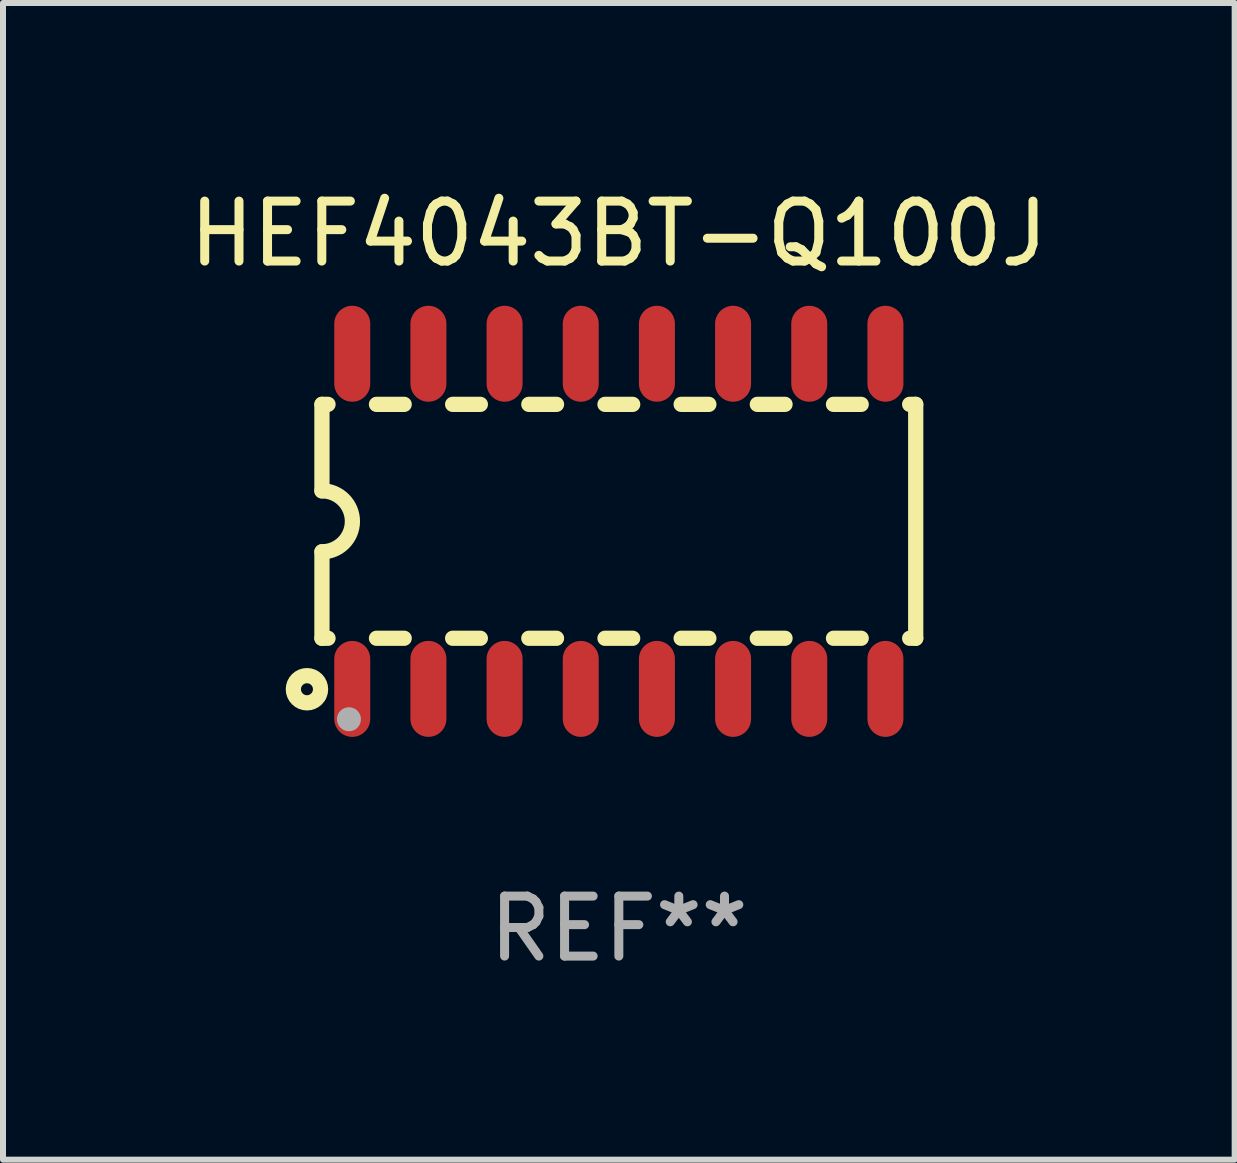
<source format=kicad_pcb>
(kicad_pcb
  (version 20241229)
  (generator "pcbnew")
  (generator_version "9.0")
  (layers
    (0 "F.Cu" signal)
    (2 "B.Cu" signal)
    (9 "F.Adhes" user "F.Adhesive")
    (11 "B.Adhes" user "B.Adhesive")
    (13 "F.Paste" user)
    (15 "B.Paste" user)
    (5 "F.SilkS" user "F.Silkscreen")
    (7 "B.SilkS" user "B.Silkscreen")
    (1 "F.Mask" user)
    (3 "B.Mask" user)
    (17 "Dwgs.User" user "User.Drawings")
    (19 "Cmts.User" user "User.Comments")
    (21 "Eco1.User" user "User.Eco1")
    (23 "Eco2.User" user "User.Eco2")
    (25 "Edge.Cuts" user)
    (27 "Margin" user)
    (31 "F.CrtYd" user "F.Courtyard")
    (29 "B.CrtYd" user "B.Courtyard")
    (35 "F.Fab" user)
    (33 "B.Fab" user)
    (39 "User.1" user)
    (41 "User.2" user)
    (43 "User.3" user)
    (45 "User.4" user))
  (footprint "HEF4043BT-Q100J"
    (layer "F.Cu")
    (at 7.268 5.642)
    (property "Reference" "HEF4043BT-Q100J" (at 0 -4.794 0) (layer "F.SilkS") (effects (font (size 1 1) (thickness 0.15))))
    (attr through_hole)
    (fp_line (start -4.95 -1.95) (end -4.95 -0.508) (stroke (width 0.254) (type solid)) (layer "F.SilkS"))
    (fp_line (start -4.95 -1.95) (end -4.849 -1.95) (stroke (width 0.254) (type solid)) (layer "F.SilkS"))
    (fp_line (start -4.95 1.95) (end -4.95 0.508) (stroke (width 0.254) (type solid)) (layer "F.SilkS"))
    (fp_line (start -4.95 1.95) (end -4.849 1.95) (stroke (width 0.254) (type solid)) (layer "F.SilkS"))
    (fp_line (start -4.041 -1.95) (end -3.579 -1.95) (stroke (width 0.254) (type solid)) (layer "F.SilkS"))
    (fp_line (start -4.041 1.95) (end -3.579 1.95) (stroke (width 0.254) (type solid)) (layer "F.SilkS"))
    (fp_line (start -2.771 -1.95) (end -2.309 -1.95) (stroke (width 0.254) (type solid)) (layer "F.SilkS"))
    (fp_line (start -2.771 1.95) (end -2.309 1.95) (stroke (width 0.254) (type solid)) (layer "F.SilkS"))
    (fp_line (start -1.501 -1.95) (end -1.039 -1.95) (stroke (width 0.254) (type solid)) (layer "F.SilkS"))
    (fp_line (start -1.501 1.95) (end -1.039 1.95) (stroke (width 0.254) (type solid)) (layer "F.SilkS"))
    (fp_line (start -0.231 -1.95) (end 0.231 -1.95) (stroke (width 0.254) (type solid)) (layer "F.SilkS"))
    (fp_line (start -0.231 1.95) (end 0.231 1.95) (stroke (width 0.254) (type solid)) (layer "F.SilkS"))
    (fp_line (start 1.039 -1.95) (end 1.501 -1.95) (stroke (width 0.254) (type solid)) (layer "F.SilkS"))
    (fp_line (start 1.039 1.95) (end 1.501 1.95) (stroke (width 0.254) (type solid)) (layer "F.SilkS"))
    (fp_line (start 2.309 -1.95) (end 2.771 -1.95) (stroke (width 0.254) (type solid)) (layer "F.SilkS"))
    (fp_line (start 2.309 1.95) (end 2.771 1.95) (stroke (width 0.254) (type solid)) (layer "F.SilkS"))
    (fp_line (start 3.579 -1.95) (end 4.041 -1.95) (stroke (width 0.254) (type solid)) (layer "F.SilkS"))
    (fp_line (start 3.579 1.95) (end 4.041 1.95) (stroke (width 0.254) (type solid)) (layer "F.SilkS"))
    (fp_line (start 4.849 -1.95) (end 4.95 -1.95) (stroke (width 0.254) (type solid)) (layer "F.SilkS"))
    (fp_line (start 4.849 1.95) (end 4.95 1.95) (stroke (width 0.254) (type solid)) (layer "F.SilkS"))
    (fp_line (start 4.95 -1.95) (end 4.95 1.95) (stroke (width 0.254) (type solid)) (layer "F.SilkS"))
    (fp_arc (start -4.95047 -0.508001) (mid -4.442469 -0.000228) (end -4.950013 0.508001) (stroke (width 0.254001) (type solid)) (layer "F.SilkS"))
    (fp_circle (center -5.2 2.8) (end -5.1 2.8) (stroke (width 0.254) (type solid)) (fill no) (layer "F.SilkS"))
    (fp_circle (center -4.95 2.947) (end -4.92 2.947) (stroke (width 0.06) (type solid)) (fill no) (layer "F.SilkS"))
    (fp_circle (center -4.5 3.3) (end -4.4 3.3) (stroke (width 0.2) (type solid)) (fill no) (layer "F.Fab"))
    (fp_text user "REF**" (at 0 6.794 0) (layer "F.Fab") (effects (font (size 1 1) (thickness 0.15))))
    (pad "1" smd oval (at -4.445 2.794) (size 0.6 1.6) (layers "F.Cu" "F.Mask" "F.Paste"))
    (pad "2" smd oval (at -3.175 2.794) (size 0.6 1.6) (layers "F.Cu" "F.Mask" "F.Paste"))
    (pad "3" smd oval (at -1.905 2.794) (size 0.6 1.6) (layers "F.Cu" "F.Mask" "F.Paste"))
    (pad "4" smd oval (at -0.635 2.794) (size 0.6 1.6) (layers "F.Cu" "F.Mask" "F.Paste"))
    (pad "5" smd oval (at 0.635 2.794) (size 0.6 1.6) (layers "F.Cu" "F.Mask" "F.Paste"))
    (pad "6" smd oval (at 1.905 2.794) (size 0.6 1.6) (layers "F.Cu" "F.Mask" "F.Paste"))
    (pad "7" smd oval (at 3.175 2.794) (size 0.6 1.6) (layers "F.Cu" "F.Mask" "F.Paste"))
    (pad "8" smd oval (at 4.445 2.794) (size 0.6 1.6) (layers "F.Cu" "F.Mask" "F.Paste"))
    (pad "9" smd oval (at 4.445 -2.794) (size 0.6 1.6) (layers "F.Cu" "F.Mask" "F.Paste"))
    (pad "10" smd oval (at 3.175 -2.794) (size 0.6 1.6) (layers "F.Cu" "F.Mask" "F.Paste"))
    (pad "11" smd oval (at 1.905 -2.794) (size 0.6 1.6) (layers "F.Cu" "F.Mask" "F.Paste"))
    (pad "12" smd oval (at 0.635 -2.794) (size 0.6 1.6) (layers "F.Cu" "F.Mask" "F.Paste"))
    (pad "13" smd oval (at -0.635 -2.794) (size 0.6 1.6) (layers "F.Cu" "F.Mask" "F.Paste"))
    (pad "14" smd oval (at -1.905 -2.794) (size 0.6 1.6) (layers "F.Cu" "F.Mask" "F.Paste"))
    (pad "15" smd oval (at -3.175 -2.794) (size 0.6 1.6) (layers "F.Cu" "F.Mask" "F.Paste"))
    (pad "16" smd oval (at -4.445 -2.794) (size 0.6 1.6) (layers "F.Cu" "F.Mask" "F.Paste")))
  (gr_rect
    (start -3 -3)
    (end 17.536 16.285)
    (stroke (width 0.1) (type default))
    (fill no)
    (layer "Edge.Cuts")))
</source>
